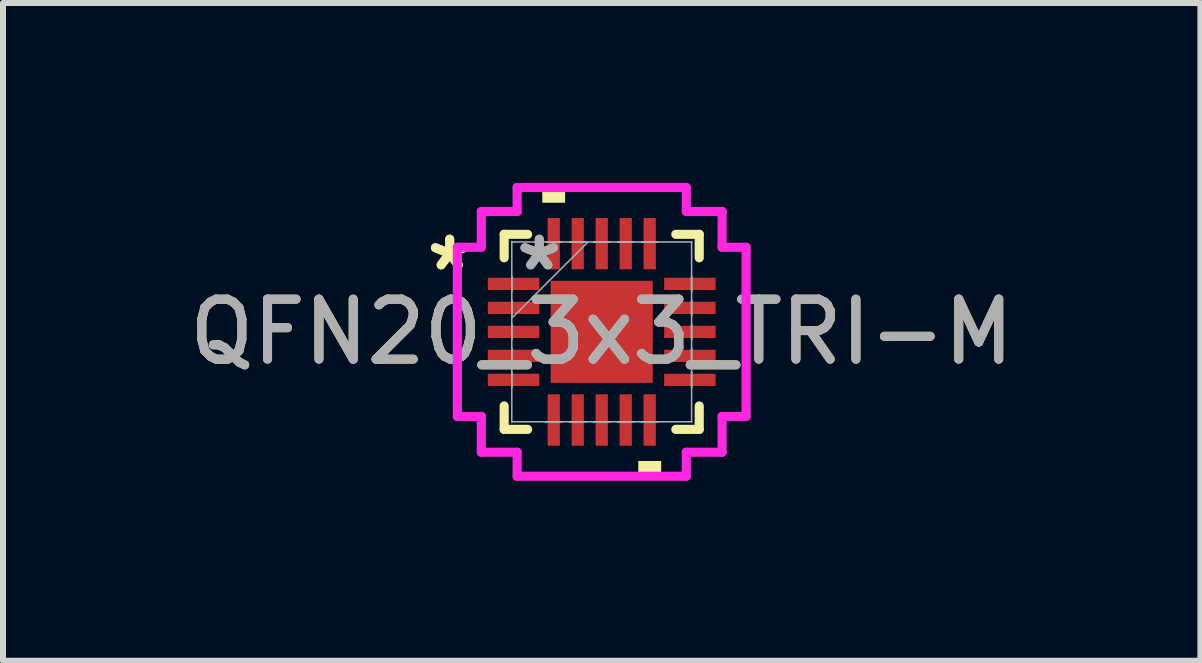
<source format=kicad_pcb>
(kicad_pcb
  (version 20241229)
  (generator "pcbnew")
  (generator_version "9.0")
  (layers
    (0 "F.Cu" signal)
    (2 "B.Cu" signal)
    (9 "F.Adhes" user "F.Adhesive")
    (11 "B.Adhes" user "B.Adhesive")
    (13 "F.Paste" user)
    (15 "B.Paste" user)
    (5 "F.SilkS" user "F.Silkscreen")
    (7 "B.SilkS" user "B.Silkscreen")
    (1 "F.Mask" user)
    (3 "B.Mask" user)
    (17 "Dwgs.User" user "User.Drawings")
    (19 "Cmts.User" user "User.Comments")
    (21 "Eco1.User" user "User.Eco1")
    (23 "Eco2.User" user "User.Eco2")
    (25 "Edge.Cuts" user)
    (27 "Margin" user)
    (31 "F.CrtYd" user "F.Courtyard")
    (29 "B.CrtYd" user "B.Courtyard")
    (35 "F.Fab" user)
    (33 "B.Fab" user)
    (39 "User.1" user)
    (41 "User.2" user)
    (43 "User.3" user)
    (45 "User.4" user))
  (footprint "QFN20_3x3_TRI-M"
    (layer "F.Cu")
    (at 6.982 2.483)
    (property "Reference" "QFN20_3x3_TRI-M" (at 0 0 0) (unlocked yes) (layer "F.SilkS") (effects (font (size 1 1) (thickness 0.15))))
    (attr smd)
    (fp_line (start -1.626 -1.626) (end -1.626 -1.235) (stroke (width 0.152) (type solid)) (layer "F.SilkS"))
    (fp_line (start -1.626 1.235) (end -1.626 1.626) (stroke (width 0.152) (type solid)) (layer "F.SilkS"))
    (fp_line (start -1.626 1.626) (end -1.235 1.626) (stroke (width 0.152) (type solid)) (layer "F.SilkS"))
    (fp_line (start -1.235 -1.626) (end -1.626 -1.626) (stroke (width 0.152) (type solid)) (layer "F.SilkS"))
    (fp_line (start 1.235 1.626) (end 1.626 1.626) (stroke (width 0.152) (type solid)) (layer "F.SilkS"))
    (fp_line (start 1.626 -1.626) (end 1.235 -1.626) (stroke (width 0.152) (type solid)) (layer "F.SilkS"))
    (fp_line (start 1.626 -1.235) (end 1.626 -1.626) (stroke (width 0.152) (type solid)) (layer "F.SilkS"))
    (fp_line (start 1.626 1.626) (end 1.626 1.235) (stroke (width 0.152) (type solid)) (layer "F.SilkS"))
    (fp_poly (pts (xy -0.991 -2.153) (xy -0.991 -2.407) (xy -0.61 -2.407) (xy -0.61 -2.153)) (stroke (width 0) (type solid)) (fill yes) (layer "F.SilkS"))
    (fp_poly (pts (xy 0.61 2.153) (xy 0.61 2.407) (xy 0.991 2.407) (xy 0.991 2.153)) (stroke (width 0) (type solid)) (fill yes) (layer "F.SilkS"))
    (fp_line (start -2.407 -1.41) (end -2.007 -1.41) (stroke (width 0.152) (type solid)) (layer "F.CrtYd"))
    (fp_line (start -2.407 1.41) (end -2.407 -1.41) (stroke (width 0.152) (type solid)) (layer "F.CrtYd"))
    (fp_line (start -2.007 -2.007) (end -1.41 -2.007) (stroke (width 0.152) (type solid)) (layer "F.CrtYd"))
    (fp_line (start -2.007 -1.41) (end -2.007 -2.007) (stroke (width 0.152) (type solid)) (layer "F.CrtYd"))
    (fp_line (start -2.007 1.41) (end -2.407 1.41) (stroke (width 0.152) (type solid)) (layer "F.CrtYd"))
    (fp_line (start -2.007 2.007) (end -2.007 1.41) (stroke (width 0.152) (type solid)) (layer "F.CrtYd"))
    (fp_line (start -1.41 -2.407) (end 1.41 -2.407) (stroke (width 0.152) (type solid)) (layer "F.CrtYd"))
    (fp_line (start -1.41 -2.007) (end -1.41 -2.407) (stroke (width 0.152) (type solid)) (layer "F.CrtYd"))
    (fp_line (start -1.41 2.007) (end -2.007 2.007) (stroke (width 0.152) (type solid)) (layer "F.CrtYd"))
    (fp_line (start -1.41 2.407) (end -1.41 2.007) (stroke (width 0.152) (type solid)) (layer "F.CrtYd"))
    (fp_line (start 1.41 -2.407) (end 1.41 -2.007) (stroke (width 0.152) (type solid)) (layer "F.CrtYd"))
    (fp_line (start 1.41 -2.007) (end 2.007 -2.007) (stroke (width 0.152) (type solid)) (layer "F.CrtYd"))
    (fp_line (start 1.41 2.007) (end 1.41 2.407) (stroke (width 0.152) (type solid)) (layer "F.CrtYd"))
    (fp_line (start 1.41 2.407) (end -1.41 2.407) (stroke (width 0.152) (type solid)) (layer "F.CrtYd"))
    (fp_line (start 2.007 -2.007) (end 2.007 -1.41) (stroke (width 0.152) (type solid)) (layer "F.CrtYd"))
    (fp_line (start 2.007 -1.41) (end 2.407 -1.41) (stroke (width 0.152) (type solid)) (layer "F.CrtYd"))
    (fp_line (start 2.007 1.41) (end 2.007 2.007) (stroke (width 0.152) (type solid)) (layer "F.CrtYd"))
    (fp_line (start 2.007 2.007) (end 1.41 2.007) (stroke (width 0.152) (type solid)) (layer "F.CrtYd"))
    (fp_line (start 2.407 -1.41) (end 2.407 1.41) (stroke (width 0.152) (type solid)) (layer "F.CrtYd"))
    (fp_line (start 2.407 1.41) (end 2.007 1.41) (stroke (width 0.152) (type solid)) (layer "F.CrtYd"))
    (fp_line (start -1.499 -1.499) (end -1.499 -1.499) (stroke (width 0.025) (type solid)) (layer "F.Fab"))
    (fp_line (start -1.499 -1.499) (end -1.499 1.499) (stroke (width 0.025) (type solid)) (layer "F.Fab"))
    (fp_line (start -1.499 -0.927) (end -1.499 -0.927) (stroke (width 0.025) (type solid)) (layer "F.Fab"))
    (fp_line (start -1.499 -0.927) (end -1.499 -0.673) (stroke (width 0.025) (type solid)) (layer "F.Fab"))
    (fp_line (start -1.499 -0.673) (end -1.499 -0.927) (stroke (width 0.025) (type solid)) (layer "F.Fab"))
    (fp_line (start -1.499 -0.673) (end -1.499 -0.673) (stroke (width 0.025) (type solid)) (layer "F.Fab"))
    (fp_line (start -1.499 -0.527) (end -1.499 -0.527) (stroke (width 0.025) (type solid)) (layer "F.Fab"))
    (fp_line (start -1.499 -0.527) (end -1.499 -0.273) (stroke (width 0.025) (type solid)) (layer "F.Fab"))
    (fp_line (start -1.499 -0.273) (end -1.499 -0.527) (stroke (width 0.025) (type solid)) (layer "F.Fab"))
    (fp_line (start -1.499 -0.273) (end -1.499 -0.273) (stroke (width 0.025) (type solid)) (layer "F.Fab"))
    (fp_line (start -1.499 -0.229) (end -0.229 -1.499) (stroke (width 0.025) (type solid)) (layer "F.Fab"))
    (fp_line (start -1.499 -0.127) (end -1.499 -0.127) (stroke (width 0.025) (type solid)) (layer "F.Fab"))
    (fp_line (start -1.499 -0.127) (end -1.499 0.127) (stroke (width 0.025) (type solid)) (layer "F.Fab"))
    (fp_line (start -1.499 0.127) (end -1.499 -0.127) (stroke (width 0.025) (type solid)) (layer "F.Fab"))
    (fp_line (start -1.499 0.127) (end -1.499 0.127) (stroke (width 0.025) (type solid)) (layer "F.Fab"))
    (fp_line (start -1.499 0.273) (end -1.499 0.273) (stroke (width 0.025) (type solid)) (layer "F.Fab"))
    (fp_line (start -1.499 0.273) (end -1.499 0.527) (stroke (width 0.025) (type solid)) (layer "F.Fab"))
    (fp_line (start -1.499 0.527) (end -1.499 0.273) (stroke (width 0.025) (type solid)) (layer "F.Fab"))
    (fp_line (start -1.499 0.527) (end -1.499 0.527) (stroke (width 0.025) (type solid)) (layer "F.Fab"))
    (fp_line (start -1.499 0.673) (end -1.499 0.673) (stroke (width 0.025) (type solid)) (layer "F.Fab"))
    (fp_line (start -1.499 0.673) (end -1.499 0.927) (stroke (width 0.025) (type solid)) (layer "F.Fab"))
    (fp_line (start -1.499 0.927) (end -1.499 0.673) (stroke (width 0.025) (type solid)) (layer "F.Fab"))
    (fp_line (start -1.499 0.927) (end -1.499 0.927) (stroke (width 0.025) (type solid)) (layer "F.Fab"))
    (fp_line (start -1.499 1.499) (end -1.499 1.499) (stroke (width 0.025) (type solid)) (layer "F.Fab"))
    (fp_line (start -1.499 1.499) (end 1.499 1.499) (stroke (width 0.025) (type solid)) (layer "F.Fab"))
    (fp_line (start -0.927 -1.499) (end -0.927 -1.499) (stroke (width 0.025) (type solid)) (layer "F.Fab"))
    (fp_line (start -0.927 -1.499) (end -0.673 -1.499) (stroke (width 0.025) (type solid)) (layer "F.Fab"))
    (fp_line (start -0.927 1.499) (end -0.927 1.499) (stroke (width 0.025) (type solid)) (layer "F.Fab"))
    (fp_line (start -0.927 1.499) (end -0.673 1.499) (stroke (width 0.025) (type solid)) (layer "F.Fab"))
    (fp_line (start -0.673 -1.499) (end -0.927 -1.499) (stroke (width 0.025) (type solid)) (layer "F.Fab"))
    (fp_line (start -0.673 -1.499) (end -0.673 -1.499) (stroke (width 0.025) (type solid)) (layer "F.Fab"))
    (fp_line (start -0.673 1.499) (end -0.927 1.499) (stroke (width 0.025) (type solid)) (layer "F.Fab"))
    (fp_line (start -0.673 1.499) (end -0.673 1.499) (stroke (width 0.025) (type solid)) (layer "F.Fab"))
    (fp_line (start -0.527 -1.499) (end -0.527 -1.499) (stroke (width 0.025) (type solid)) (layer "F.Fab"))
    (fp_line (start -0.527 -1.499) (end -0.273 -1.499) (stroke (width 0.025) (type solid)) (layer "F.Fab"))
    (fp_line (start -0.527 1.499) (end -0.527 1.499) (stroke (width 0.025) (type solid)) (layer "F.Fab"))
    (fp_line (start -0.527 1.499) (end -0.273 1.499) (stroke (width 0.025) (type solid)) (layer "F.Fab"))
    (fp_line (start -0.273 -1.499) (end -0.527 -1.499) (stroke (width 0.025) (type solid)) (layer "F.Fab"))
    (fp_line (start -0.273 -1.499) (end -0.273 -1.499) (stroke (width 0.025) (type solid)) (layer "F.Fab"))
    (fp_line (start -0.273 1.499) (end -0.527 1.499) (stroke (width 0.025) (type solid)) (layer "F.Fab"))
    (fp_line (start -0.273 1.499) (end -0.273 1.499) (stroke (width 0.025) (type solid)) (layer "F.Fab"))
    (fp_line (start -0.127 -1.499) (end -0.127 -1.499) (stroke (width 0.025) (type solid)) (layer "F.Fab"))
    (fp_line (start -0.127 -1.499) (end 0.127 -1.499) (stroke (width 0.025) (type solid)) (layer "F.Fab"))
    (fp_line (start -0.127 1.499) (end -0.127 1.499) (stroke (width 0.025) (type solid)) (layer "F.Fab"))
    (fp_line (start -0.127 1.499) (end 0.127 1.499) (stroke (width 0.025) (type solid)) (layer "F.Fab"))
    (fp_line (start 0.127 -1.499) (end -0.127 -1.499) (stroke (width 0.025) (type solid)) (layer "F.Fab"))
    (fp_line (start 0.127 -1.499) (end 0.127 -1.499) (stroke (width 0.025) (type solid)) (layer "F.Fab"))
    (fp_line (start 0.127 1.499) (end -0.127 1.499) (stroke (width 0.025) (type solid)) (layer "F.Fab"))
    (fp_line (start 0.127 1.499) (end 0.127 1.499) (stroke (width 0.025) (type solid)) (layer "F.Fab"))
    (fp_line (start 0.273 -1.499) (end 0.273 -1.499) (stroke (width 0.025) (type solid)) (layer "F.Fab"))
    (fp_line (start 0.273 -1.499) (end 0.527 -1.499) (stroke (width 0.025) (type solid)) (layer "F.Fab"))
    (fp_line (start 0.273 1.499) (end 0.273 1.499) (stroke (width 0.025) (type solid)) (layer "F.Fab"))
    (fp_line (start 0.273 1.499) (end 0.527 1.499) (stroke (width 0.025) (type solid)) (layer "F.Fab"))
    (fp_line (start 0.527 -1.499) (end 0.273 -1.499) (stroke (width 0.025) (type solid)) (layer "F.Fab"))
    (fp_line (start 0.527 -1.499) (end 0.527 -1.499) (stroke (width 0.025) (type solid)) (layer "F.Fab"))
    (fp_line (start 0.527 1.499) (end 0.273 1.499) (stroke (width 0.025) (type solid)) (layer "F.Fab"))
    (fp_line (start 0.527 1.499) (end 0.527 1.499) (stroke (width 0.025) (type solid)) (layer "F.Fab"))
    (fp_line (start 0.673 -1.499) (end 0.673 -1.499) (stroke (width 0.025) (type solid)) (layer "F.Fab"))
    (fp_line (start 0.673 -1.499) (end 0.927 -1.499) (stroke (width 0.025) (type solid)) (layer "F.Fab"))
    (fp_line (start 0.673 1.499) (end 0.673 1.499) (stroke (width 0.025) (type solid)) (layer "F.Fab"))
    (fp_line (start 0.673 1.499) (end 0.927 1.499) (stroke (width 0.025) (type solid)) (layer "F.Fab"))
    (fp_line (start 0.927 -1.499) (end 0.673 -1.499) (stroke (width 0.025) (type solid)) (layer "F.Fab"))
    (fp_line (start 0.927 -1.499) (end 0.927 -1.499) (stroke (width 0.025) (type solid)) (layer "F.Fab"))
    (fp_line (start 0.927 1.499) (end 0.673 1.499) (stroke (width 0.025) (type solid)) (layer "F.Fab"))
    (fp_line (start 0.927 1.499) (end 0.927 1.499) (stroke (width 0.025) (type solid)) (layer "F.Fab"))
    (fp_line (start 1.499 -1.499) (end -1.499 -1.499) (stroke (width 0.025) (type solid)) (layer "F.Fab"))
    (fp_line (start 1.499 -1.499) (end 1.499 -1.499) (stroke (width 0.025) (type solid)) (layer "F.Fab"))
    (fp_line (start 1.499 -0.927) (end 1.499 -0.927) (stroke (width 0.025) (type solid)) (layer "F.Fab"))
    (fp_line (start 1.499 -0.927) (end 1.499 -0.673) (stroke (width 0.025) (type solid)) (layer "F.Fab"))
    (fp_line (start 1.499 -0.673) (end 1.499 -0.927) (stroke (width 0.025) (type solid)) (layer "F.Fab"))
    (fp_line (start 1.499 -0.673) (end 1.499 -0.673) (stroke (width 0.025) (type solid)) (layer "F.Fab"))
    (fp_line (start 1.499 -0.527) (end 1.499 -0.527) (stroke (width 0.025) (type solid)) (layer "F.Fab"))
    (fp_line (start 1.499 -0.527) (end 1.499 -0.273) (stroke (width 0.025) (type solid)) (layer "F.Fab"))
    (fp_line (start 1.499 -0.273) (end 1.499 -0.527) (stroke (width 0.025) (type solid)) (layer "F.Fab"))
    (fp_line (start 1.499 -0.273) (end 1.499 -0.273) (stroke (width 0.025) (type solid)) (layer "F.Fab"))
    (fp_line (start 1.499 -0.127) (end 1.499 -0.127) (stroke (width 0.025) (type solid)) (layer "F.Fab"))
    (fp_line (start 1.499 -0.127) (end 1.499 0.127) (stroke (width 0.025) (type solid)) (layer "F.Fab"))
    (fp_line (start 1.499 0.127) (end 1.499 -0.127) (stroke (width 0.025) (type solid)) (layer "F.Fab"))
    (fp_line (start 1.499 0.127) (end 1.499 0.127) (stroke (width 0.025) (type solid)) (layer "F.Fab"))
    (fp_line (start 1.499 0.273) (end 1.499 0.273) (stroke (width 0.025) (type solid)) (layer "F.Fab"))
    (fp_line (start 1.499 0.273) (end 1.499 0.527) (stroke (width 0.025) (type solid)) (layer "F.Fab"))
    (fp_line (start 1.499 0.527) (end 1.499 0.273) (stroke (width 0.025) (type solid)) (layer "F.Fab"))
    (fp_line (start 1.499 0.527) (end 1.499 0.527) (stroke (width 0.025) (type solid)) (layer "F.Fab"))
    (fp_line (start 1.499 0.673) (end 1.499 0.673) (stroke (width 0.025) (type solid)) (layer "F.Fab"))
    (fp_line (start 1.499 0.673) (end 1.499 0.927) (stroke (width 0.025) (type solid)) (layer "F.Fab"))
    (fp_line (start 1.499 0.927) (end 1.499 0.673) (stroke (width 0.025) (type solid)) (layer "F.Fab"))
    (fp_line (start 1.499 0.927) (end 1.499 0.927) (stroke (width 0.025) (type solid)) (layer "F.Fab"))
    (fp_line (start 1.499 1.499) (end 1.499 -1.499) (stroke (width 0.025) (type solid)) (layer "F.Fab"))
    (fp_line (start 1.499 1.499) (end 1.499 1.499) (stroke (width 0.025) (type solid)) (layer "F.Fab"))
    (fp_text user "*" (at -2.534 -1 0) (unlocked yes) (layer "F.SilkS") (effects (font (size 1 1) (thickness 0.15))))
    (fp_text user "*" (at -2.534 -1 0) (layer "F.SilkS") (effects (font (size 1 1) (thickness 0.15))))
    (fp_text user "${REFERENCE}" (at 0 0 0) (unlocked yes) (layer "F.Fab") (effects (font (size 1 1) (thickness 0.15))))
    (fp_text user "*" (at -1.041 -1 0) (layer "F.Fab") (effects (font (size 1 1) (thickness 0.15))))
    (fp_text user "*" (at -1.041 -1 0) (unlocked yes) (layer "F.Fab") (effects (font (size 1 1) (thickness 0.15))))
    (pad "1" smd rect (at -1.47 -0.8 90) (size 0.204 0.857) (layers "F.Cu" "F.Mask" "F.Paste"))
    (pad "2" smd rect (at -1.47 -0.4 90) (size 0.204 0.857) (layers "F.Cu" "F.Mask" "F.Paste"))
    (pad "3" smd rect (at -1.47 0 90) (size 0.204 0.857) (layers "F.Cu" "F.Mask" "F.Paste"))
    (pad "4" smd rect (at -1.47 0.4 90) (size 0.204 0.857) (layers "F.Cu" "F.Mask" "F.Paste"))
    (pad "5" smd rect (at -1.47 0.8 90) (size 0.204 0.857) (layers "F.Cu" "F.Mask" "F.Paste"))
    (pad "6" smd rect (at -0.8 1.47) (size 0.204 0.857) (layers "F.Cu" "F.Mask" "F.Paste"))
    (pad "7" smd rect (at -0.4 1.47) (size 0.204 0.857) (layers "F.Cu" "F.Mask" "F.Paste"))
    (pad "8" smd rect (at 0 1.47) (size 0.204 0.857) (layers "F.Cu" "F.Mask" "F.Paste"))
    (pad "9" smd rect (at 0.4 1.47) (size 0.204 0.857) (layers "F.Cu" "F.Mask" "F.Paste"))
    (pad "10" smd rect (at 0.8 1.47) (size 0.204 0.857) (layers "F.Cu" "F.Mask" "F.Paste"))
    (pad "11" smd rect (at 1.47 0.8 90) (size 0.204 0.857) (layers "F.Cu" "F.Mask" "F.Paste"))
    (pad "12" smd rect (at 1.47 0.4 90) (size 0.204 0.857) (layers "F.Cu" "F.Mask" "F.Paste"))
    (pad "13" smd rect (at 1.47 0 90) (size 0.204 0.857) (layers "F.Cu" "F.Mask" "F.Paste"))
    (pad "14" smd rect (at 1.47 -0.4 90) (size 0.204 0.857) (layers "F.Cu" "F.Mask" "F.Paste"))
    (pad "15" smd rect (at 1.47 -0.8 90) (size 0.204 0.857) (layers "F.Cu" "F.Mask" "F.Paste"))
    (pad "16" smd rect (at 0.8 -1.47) (size 0.204 0.857) (layers "F.Cu" "F.Mask" "F.Paste"))
    (pad "17" smd rect (at 0.4 -1.47) (size 0.204 0.857) (layers "F.Cu" "F.Mask" "F.Paste"))
    (pad "18" smd rect (at 0 -1.47) (size 0.204 0.857) (layers "F.Cu" "F.Mask" "F.Paste"))
    (pad "19" smd rect (at -0.4 -1.47) (size 0.204 0.857) (layers "F.Cu" "F.Mask" "F.Paste"))
    (pad "20" smd rect (at -0.8 -1.47) (size 0.204 0.857) (layers "F.Cu" "F.Mask" "F.Paste"))
    (pad "21" smd rect (at 0 0) (size 1.702 1.702) (layers "F.Cu" "F.Mask" "F.Paste")))
  (gr_rect
    (start -3 -3)
    (end 16.964 7.966)
    (stroke (width 0.1) (type default))
    (fill no)
    (layer "Edge.Cuts")))
</source>
